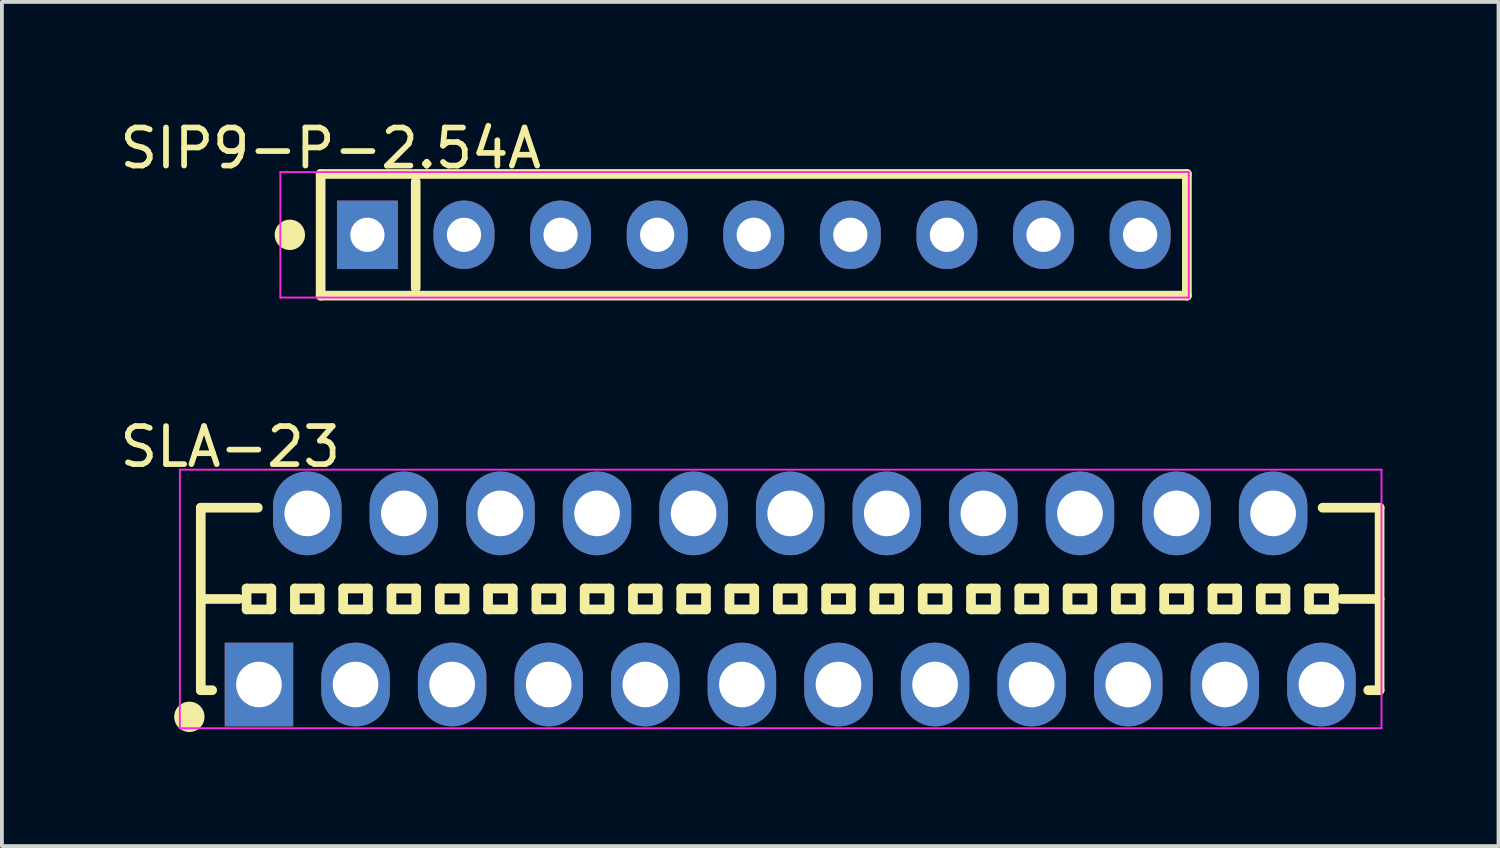
<source format=kicad_pcb>
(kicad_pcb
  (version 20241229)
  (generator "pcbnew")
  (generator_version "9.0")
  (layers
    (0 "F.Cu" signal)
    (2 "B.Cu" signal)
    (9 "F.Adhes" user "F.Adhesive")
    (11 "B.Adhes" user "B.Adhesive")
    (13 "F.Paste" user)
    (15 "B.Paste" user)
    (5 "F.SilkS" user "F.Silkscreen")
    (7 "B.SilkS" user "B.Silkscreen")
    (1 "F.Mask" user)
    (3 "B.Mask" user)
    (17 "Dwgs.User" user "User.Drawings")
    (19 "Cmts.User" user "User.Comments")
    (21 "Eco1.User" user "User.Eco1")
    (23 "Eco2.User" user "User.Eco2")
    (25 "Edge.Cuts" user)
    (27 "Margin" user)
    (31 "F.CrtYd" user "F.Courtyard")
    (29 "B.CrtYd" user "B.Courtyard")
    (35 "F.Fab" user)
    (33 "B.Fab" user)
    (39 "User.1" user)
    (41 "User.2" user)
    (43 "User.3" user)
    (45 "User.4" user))
  (footprint "SIP9-P-2.54A"
    (layer "F.Cu")
    (at 16.772 3.125)
    (property "Reference" "SIP9-P-2.54A" (at -11.124 -2.276 0) (layer "F.SilkS") (effects (font (size 1 1) (thickness 0.15))))
    (attr through_hole)
    (fp_line (start -11.39 -1.6) (end 11.39 -1.6) (stroke (width 0.254) (type solid)) (layer "F.SilkS"))
    (fp_line (start -11.39 1.6) (end -11.39 -1.6) (stroke (width 0.254) (type solid)) (layer "F.SilkS"))
    (fp_line (start -11.39 1.6) (end 11.39 1.6) (stroke (width 0.254) (type solid)) (layer "F.SilkS"))
    (fp_line (start -8.89 1.4) (end -8.89 -1.4) (stroke (width 0.254) (type solid)) (layer "F.SilkS"))
    (fp_line (start 11.39 1.6) (end 11.39 -1.6) (stroke (width 0.254) (type solid)) (layer "F.SilkS"))
    (fp_circle (center -12.2 0) (end -12 0) (stroke (width 0.4) (type solid)) (fill no) (layer "F.SilkS"))
    (fp_line (start -12.45 -1.65) (end 11.44 -1.65) (stroke (width 0.05) (type solid)) (layer "F.CrtYd"))
    (fp_line (start -12.45 1.65) (end -12.45 -1.65) (stroke (width 0.05) (type solid)) (layer "F.CrtYd"))
    (fp_line (start 11.44 -1.65) (end 11.44 1.65) (stroke (width 0.05) (type solid)) (layer "F.CrtYd"))
    (fp_line (start 11.44 1.65) (end -12.45 1.65) (stroke (width 0.05) (type solid)) (layer "F.CrtYd"))
    (pad "1" thru_hole rect (at -10.16 0) (size 1.6 1.8) (drill 0.9) (layers "*.Cu" "*.Mask"))
    (pad "2" thru_hole oval (at -7.62 0) (size 1.6 1.8) (drill 0.9) (layers "*.Cu" "*.Mask"))
    (pad "3" thru_hole oval (at -5.08 0) (size 1.6 1.8) (drill 0.9) (layers "*.Cu" "*.Mask"))
    (pad "4" thru_hole oval (at -2.54 0) (size 1.6 1.8) (drill 0.9) (layers "*.Cu" "*.Mask"))
    (pad "5" thru_hole oval (at 0 0) (size 1.6 1.8) (drill 0.9) (layers "*.Cu" "*.Mask"))
    (pad "6" thru_hole oval (at 2.54 0) (size 1.6 1.8) (drill 0.9) (layers "*.Cu" "*.Mask"))
    (pad "7" thru_hole oval (at 5.08 0) (size 1.6 1.8) (drill 0.9) (layers "*.Cu" "*.Mask"))
    (pad "8" thru_hole oval (at 7.62 0) (size 1.6 1.8) (drill 0.9) (layers "*.Cu" "*.Mask"))
    (pad "9" thru_hole oval (at 10.16 0) (size 1.6 1.8) (drill 0.9) (layers "*.Cu" "*.Mask")))
  (footprint "SLA-23"
    (layer "F.Cu")
    (at 17.73 12.701)
    (property "Reference" "SLA-23" (at -14.724 -4.001 0) (layer "F.SilkS") (effects (font (size 1 1) (thickness 0.15))))
    (attr through_hole)
    (fp_line (start -15.5 -2.4) (end -14 -2.4) (stroke (width 0.254) (type solid)) (layer "F.SilkS"))
    (fp_line (start -15.5 0) (end -14.5 0) (stroke (width 0.254) (type solid)) (layer "F.SilkS"))
    (fp_line (start -15.5 2.4) (end -15.5 -2.4) (stroke (width 0.254) (type solid)) (layer "F.SilkS"))
    (fp_line (start -15.5 2.4) (end -15.2 2.4) (stroke (width 0.254) (type solid)) (layer "F.SilkS"))
    (fp_line (start -14.295 -0.275) (end -13.645 -0.275) (stroke (width 0.254) (type solid)) (layer "F.SilkS"))
    (fp_line (start -14.295 0.275) (end -14.295 -0.275) (stroke (width 0.254) (type solid)) (layer "F.SilkS"))
    (fp_line (start -14.295 0.275) (end -13.645 0.275) (stroke (width 0.254) (type solid)) (layer "F.SilkS"))
    (fp_line (start -13.645 0.275) (end -13.645 -0.275) (stroke (width 0.254) (type solid)) (layer "F.SilkS"))
    (fp_line (start -13.025 -0.275) (end -12.375 -0.275) (stroke (width 0.254) (type solid)) (layer "F.SilkS"))
    (fp_line (start -13.025 0.275) (end -13.025 -0.275) (stroke (width 0.254) (type solid)) (layer "F.SilkS"))
    (fp_line (start -13.025 0.275) (end -12.375 0.275) (stroke (width 0.254) (type solid)) (layer "F.SilkS"))
    (fp_line (start -12.375 0.275) (end -12.375 -0.275) (stroke (width 0.254) (type solid)) (layer "F.SilkS"))
    (fp_line (start -11.755 -0.275) (end -11.105 -0.275) (stroke (width 0.254) (type solid)) (layer "F.SilkS"))
    (fp_line (start -11.755 0.275) (end -11.755 -0.275) (stroke (width 0.254) (type solid)) (layer "F.SilkS"))
    (fp_line (start -11.755 0.275) (end -11.105 0.275) (stroke (width 0.254) (type solid)) (layer "F.SilkS"))
    (fp_line (start -11.105 0.275) (end -11.105 -0.275) (stroke (width 0.254) (type solid)) (layer "F.SilkS"))
    (fp_line (start -10.485 -0.275) (end -9.835 -0.275) (stroke (width 0.254) (type solid)) (layer "F.SilkS"))
    (fp_line (start -10.485 0.275) (end -10.485 -0.275) (stroke (width 0.254) (type solid)) (layer "F.SilkS"))
    (fp_line (start -10.485 0.275) (end -9.835 0.275) (stroke (width 0.254) (type solid)) (layer "F.SilkS"))
    (fp_line (start -9.835 0.275) (end -9.835 -0.275) (stroke (width 0.254) (type solid)) (layer "F.SilkS"))
    (fp_line (start -9.215 -0.275) (end -8.565 -0.275) (stroke (width 0.254) (type solid)) (layer "F.SilkS"))
    (fp_line (start -9.215 0.275) (end -9.215 -0.275) (stroke (width 0.254) (type solid)) (layer "F.SilkS"))
    (fp_line (start -9.215 0.275) (end -8.565 0.275) (stroke (width 0.254) (type solid)) (layer "F.SilkS"))
    (fp_line (start -8.565 0.275) (end -8.565 -0.275) (stroke (width 0.254) (type solid)) (layer "F.SilkS"))
    (fp_line (start -7.945 -0.275) (end -7.295 -0.275) (stroke (width 0.254) (type solid)) (layer "F.SilkS"))
    (fp_line (start -7.945 0.275) (end -7.945 -0.275) (stroke (width 0.254) (type solid)) (layer "F.SilkS"))
    (fp_line (start -7.945 0.275) (end -7.295 0.275) (stroke (width 0.254) (type solid)) (layer "F.SilkS"))
    (fp_line (start -7.295 0.275) (end -7.295 -0.275) (stroke (width 0.254) (type solid)) (layer "F.SilkS"))
    (fp_line (start -6.675 -0.275) (end -6.025 -0.275) (stroke (width 0.254) (type solid)) (layer "F.SilkS"))
    (fp_line (start -6.675 0.275) (end -6.675 -0.275) (stroke (width 0.254) (type solid)) (layer "F.SilkS"))
    (fp_line (start -6.675 0.275) (end -6.025 0.275) (stroke (width 0.254) (type solid)) (layer "F.SilkS"))
    (fp_line (start -6.025 0.275) (end -6.025 -0.275) (stroke (width 0.254) (type solid)) (layer "F.SilkS"))
    (fp_line (start -5.405 -0.275) (end -4.755 -0.275) (stroke (width 0.254) (type solid)) (layer "F.SilkS"))
    (fp_line (start -5.405 0.275) (end -5.405 -0.275) (stroke (width 0.254) (type solid)) (layer "F.SilkS"))
    (fp_line (start -5.405 0.275) (end -4.755 0.275) (stroke (width 0.254) (type solid)) (layer "F.SilkS"))
    (fp_line (start -4.755 0.275) (end -4.755 -0.275) (stroke (width 0.254) (type solid)) (layer "F.SilkS"))
    (fp_line (start -4.135 -0.275) (end -3.485 -0.275) (stroke (width 0.254) (type solid)) (layer "F.SilkS"))
    (fp_line (start -4.135 0.275) (end -4.135 -0.275) (stroke (width 0.254) (type solid)) (layer "F.SilkS"))
    (fp_line (start -4.135 0.275) (end -3.485 0.275) (stroke (width 0.254) (type solid)) (layer "F.SilkS"))
    (fp_line (start -3.485 0.275) (end -3.485 -0.275) (stroke (width 0.254) (type solid)) (layer "F.SilkS"))
    (fp_line (start -2.865 -0.275) (end -2.215 -0.275) (stroke (width 0.254) (type solid)) (layer "F.SilkS"))
    (fp_line (start -2.865 0.275) (end -2.865 -0.275) (stroke (width 0.254) (type solid)) (layer "F.SilkS"))
    (fp_line (start -2.865 0.275) (end -2.215 0.275) (stroke (width 0.254) (type solid)) (layer "F.SilkS"))
    (fp_line (start -2.215 0.275) (end -2.215 -0.275) (stroke (width 0.254) (type solid)) (layer "F.SilkS"))
    (fp_line (start -1.595 -0.275) (end -0.945 -0.275) (stroke (width 0.254) (type solid)) (layer "F.SilkS"))
    (fp_line (start -1.595 0.275) (end -1.595 -0.275) (stroke (width 0.254) (type solid)) (layer "F.SilkS"))
    (fp_line (start -1.595 0.275) (end -0.945 0.275) (stroke (width 0.254) (type solid)) (layer "F.SilkS"))
    (fp_line (start -0.945 0.275) (end -0.945 -0.275) (stroke (width 0.254) (type solid)) (layer "F.SilkS"))
    (fp_line (start -0.325 -0.275) (end 0.325 -0.275) (stroke (width 0.254) (type solid)) (layer "F.SilkS"))
    (fp_line (start -0.325 0.275) (end -0.325 -0.275) (stroke (width 0.254) (type solid)) (layer "F.SilkS"))
    (fp_line (start -0.325 0.275) (end 0.325 0.275) (stroke (width 0.254) (type solid)) (layer "F.SilkS"))
    (fp_line (start 0.325 0.275) (end 0.325 -0.275) (stroke (width 0.254) (type solid)) (layer "F.SilkS"))
    (fp_line (start 0.945 -0.275) (end 1.595 -0.275) (stroke (width 0.254) (type solid)) (layer "F.SilkS"))
    (fp_line (start 0.945 0.275) (end 0.945 -0.275) (stroke (width 0.254) (type solid)) (layer "F.SilkS"))
    (fp_line (start 0.945 0.275) (end 1.595 0.275) (stroke (width 0.254) (type solid)) (layer "F.SilkS"))
    (fp_line (start 1.595 0.275) (end 1.595 -0.275) (stroke (width 0.254) (type solid)) (layer "F.SilkS"))
    (fp_line (start 2.215 -0.275) (end 2.865 -0.275) (stroke (width 0.254) (type solid)) (layer "F.SilkS"))
    (fp_line (start 2.215 0.275) (end 2.215 -0.275) (stroke (width 0.254) (type solid)) (layer "F.SilkS"))
    (fp_line (start 2.215 0.275) (end 2.865 0.275) (stroke (width 0.254) (type solid)) (layer "F.SilkS"))
    (fp_line (start 2.865 0.275) (end 2.865 -0.275) (stroke (width 0.254) (type solid)) (layer "F.SilkS"))
    (fp_line (start 3.485 -0.275) (end 4.135 -0.275) (stroke (width 0.254) (type solid)) (layer "F.SilkS"))
    (fp_line (start 3.485 0.275) (end 3.485 -0.275) (stroke (width 0.254) (type solid)) (layer "F.SilkS"))
    (fp_line (start 3.485 0.275) (end 4.135 0.275) (stroke (width 0.254) (type solid)) (layer "F.SilkS"))
    (fp_line (start 4.135 0.275) (end 4.135 -0.275) (stroke (width 0.254) (type solid)) (layer "F.SilkS"))
    (fp_line (start 4.755 -0.275) (end 5.405 -0.275) (stroke (width 0.254) (type solid)) (layer "F.SilkS"))
    (fp_line (start 4.755 0.275) (end 4.755 -0.275) (stroke (width 0.254) (type solid)) (layer "F.SilkS"))
    (fp_line (start 4.755 0.275) (end 5.405 0.275) (stroke (width 0.254) (type solid)) (layer "F.SilkS"))
    (fp_line (start 5.405 0.275) (end 5.405 -0.275) (stroke (width 0.254) (type solid)) (layer "F.SilkS"))
    (fp_line (start 6.025 -0.275) (end 6.675 -0.275) (stroke (width 0.254) (type solid)) (layer "F.SilkS"))
    (fp_line (start 6.025 0.275) (end 6.025 -0.275) (stroke (width 0.254) (type solid)) (layer "F.SilkS"))
    (fp_line (start 6.025 0.275) (end 6.675 0.275) (stroke (width 0.254) (type solid)) (layer "F.SilkS"))
    (fp_line (start 6.675 0.275) (end 6.675 -0.275) (stroke (width 0.254) (type solid)) (layer "F.SilkS"))
    (fp_line (start 7.295 -0.275) (end 7.945 -0.275) (stroke (width 0.254) (type solid)) (layer "F.SilkS"))
    (fp_line (start 7.295 0.275) (end 7.295 -0.275) (stroke (width 0.254) (type solid)) (layer "F.SilkS"))
    (fp_line (start 7.295 0.275) (end 7.945 0.275) (stroke (width 0.254) (type solid)) (layer "F.SilkS"))
    (fp_line (start 7.945 0.275) (end 7.945 -0.275) (stroke (width 0.254) (type solid)) (layer "F.SilkS"))
    (fp_line (start 8.565 -0.275) (end 9.215 -0.275) (stroke (width 0.254) (type solid)) (layer "F.SilkS"))
    (fp_line (start 8.565 0.275) (end 8.565 -0.275) (stroke (width 0.254) (type solid)) (layer "F.SilkS"))
    (fp_line (start 8.565 0.275) (end 9.215 0.275) (stroke (width 0.254) (type solid)) (layer "F.SilkS"))
    (fp_line (start 9.215 0.275) (end 9.215 -0.275) (stroke (width 0.254) (type solid)) (layer "F.SilkS"))
    (fp_line (start 9.835 -0.275) (end 10.485 -0.275) (stroke (width 0.254) (type solid)) (layer "F.SilkS"))
    (fp_line (start 9.835 0.275) (end 9.835 -0.275) (stroke (width 0.254) (type solid)) (layer "F.SilkS"))
    (fp_line (start 9.835 0.275) (end 10.485 0.275) (stroke (width 0.254) (type solid)) (layer "F.SilkS"))
    (fp_line (start 10.485 0.275) (end 10.485 -0.275) (stroke (width 0.254) (type solid)) (layer "F.SilkS"))
    (fp_line (start 11.105 -0.275) (end 11.755 -0.275) (stroke (width 0.254) (type solid)) (layer "F.SilkS"))
    (fp_line (start 11.105 0.275) (end 11.105 -0.275) (stroke (width 0.254) (type solid)) (layer "F.SilkS"))
    (fp_line (start 11.105 0.275) (end 11.755 0.275) (stroke (width 0.254) (type solid)) (layer "F.SilkS"))
    (fp_line (start 11.755 0.275) (end 11.755 -0.275) (stroke (width 0.254) (type solid)) (layer "F.SilkS"))
    (fp_line (start 12.375 -0.275) (end 13.025 -0.275) (stroke (width 0.254) (type solid)) (layer "F.SilkS"))
    (fp_line (start 12.375 0.275) (end 12.375 -0.275) (stroke (width 0.254) (type solid)) (layer "F.SilkS"))
    (fp_line (start 12.375 0.275) (end 13.025 0.275) (stroke (width 0.254) (type solid)) (layer "F.SilkS"))
    (fp_line (start 13.025 0.275) (end 13.025 -0.275) (stroke (width 0.254) (type solid)) (layer "F.SilkS"))
    (fp_line (start 13.645 -0.275) (end 14.295 -0.275) (stroke (width 0.254) (type solid)) (layer "F.SilkS"))
    (fp_line (start 13.645 0.275) (end 13.645 -0.275) (stroke (width 0.254) (type solid)) (layer "F.SilkS"))
    (fp_line (start 13.645 0.275) (end 14.295 0.275) (stroke (width 0.254) (type solid)) (layer "F.SilkS"))
    (fp_line (start 14 -2.4) (end 15.5 -2.4) (stroke (width 0.254) (type solid)) (layer "F.SilkS"))
    (fp_line (start 14.295 0.275) (end 14.295 -0.275) (stroke (width 0.254) (type solid)) (layer "F.SilkS"))
    (fp_line (start 14.5 0) (end 15.5 0) (stroke (width 0.254) (type solid)) (layer "F.SilkS"))
    (fp_line (start 15.2 2.4) (end 15.5 2.4) (stroke (width 0.254) (type solid)) (layer "F.SilkS"))
    (fp_line (start 15.5 2.4) (end 15.5 -2.4) (stroke (width 0.254) (type solid)) (layer "F.SilkS"))
    (fp_circle (center -15.8 3.1) (end -15.6 3.1) (stroke (width 0.4) (type solid)) (fill no) (layer "F.SilkS"))
    (fp_line (start -16.05 -3.4) (end 15.55 -3.4) (stroke (width 0.05) (type solid)) (layer "F.CrtYd"))
    (fp_line (start -16.05 3.4) (end -16.05 -3.4) (stroke (width 0.05) (type solid)) (layer "F.CrtYd"))
    (fp_line (start 15.55 -3.4) (end 15.55 3.4) (stroke (width 0.05) (type solid)) (layer "F.CrtYd"))
    (fp_line (start 15.55 3.4) (end -16.05 3.4) (stroke (width 0.05) (type solid)) (layer "F.CrtYd"))
    (pad "1" thru_hole rect (at -13.97 2.25) (size 1.8 2.2) (drill 1.2) (layers "*.Cu" "*.Mask"))
    (pad "2" thru_hole oval (at -12.7 -2.25) (size 1.8 2.2) (drill 1.2) (layers "*.Cu" "*.Mask"))
    (pad "3" thru_hole oval (at -11.43 2.25) (size 1.8 2.2) (drill 1.2) (layers "*.Cu" "*.Mask"))
    (pad "4" thru_hole oval (at -10.16 -2.25) (size 1.8 2.2) (drill 1.2) (layers "*.Cu" "*.Mask"))
    (pad "5" thru_hole oval (at -8.89 2.25) (size 1.8 2.2) (drill 1.2) (layers "*.Cu" "*.Mask"))
    (pad "6" thru_hole oval (at -7.62 -2.25) (size 1.8 2.2) (drill 1.2) (layers "*.Cu" "*.Mask"))
    (pad "7" thru_hole oval (at -6.35 2.25) (size 1.8 2.2) (drill 1.2) (layers "*.Cu" "*.Mask"))
    (pad "8" thru_hole oval (at -5.08 -2.25) (size 1.8 2.2) (drill 1.2) (layers "*.Cu" "*.Mask"))
    (pad "9" thru_hole oval (at -3.81 2.25) (size 1.8 2.2) (drill 1.2) (layers "*.Cu" "*.Mask"))
    (pad "10" thru_hole oval (at -2.54 -2.25) (size 1.8 2.2) (drill 1.2) (layers "*.Cu" "*.Mask"))
    (pad "11" thru_hole oval (at -1.27 2.25) (size 1.8 2.2) (drill 1.2) (layers "*.Cu" "*.Mask"))
    (pad "12" thru_hole oval (at 0 -2.25) (size 1.8 2.2) (drill 1.2) (layers "*.Cu" "*.Mask"))
    (pad "13" thru_hole oval (at 1.27 2.25) (size 1.8 2.2) (drill 1.2) (layers "*.Cu" "*.Mask"))
    (pad "14" thru_hole oval (at 2.54 -2.25) (size 1.8 2.2) (drill 1.2) (layers "*.Cu" "*.Mask"))
    (pad "15" thru_hole oval (at 3.81 2.25) (size 1.8 2.2) (drill 1.2) (layers "*.Cu" "*.Mask"))
    (pad "16" thru_hole oval (at 5.08 -2.25) (size 1.8 2.2) (drill 1.2) (layers "*.Cu" "*.Mask"))
    (pad "17" thru_hole oval (at 6.35 2.25) (size 1.8 2.2) (drill 1.2) (layers "*.Cu" "*.Mask"))
    (pad "18" thru_hole oval (at 7.62 -2.25) (size 1.8 2.2) (drill 1.2) (layers "*.Cu" "*.Mask"))
    (pad "19" thru_hole oval (at 8.89 2.25) (size 1.8 2.2) (drill 1.2) (layers "*.Cu" "*.Mask"))
    (pad "20" thru_hole oval (at 10.16 -2.25) (size 1.8 2.2) (drill 1.2) (layers "*.Cu" "*.Mask"))
    (pad "21" thru_hole oval (at 11.43 2.25) (size 1.8 2.2) (drill 1.2) (layers "*.Cu" "*.Mask"))
    (pad "22" thru_hole oval (at 12.7 -2.25) (size 1.8 2.2) (drill 1.2) (layers "*.Cu" "*.Mask"))
    (pad "23" thru_hole oval (at 13.97 2.25) (size 1.8 2.2) (drill 1.2) (layers "*.Cu" "*.Mask")))
  (gr_rect
    (start -3 -3)
    (end 36.357 19.201)
    (stroke (width 0.1) (type default))
    (fill no)
    (layer "Edge.Cuts")))
</source>
